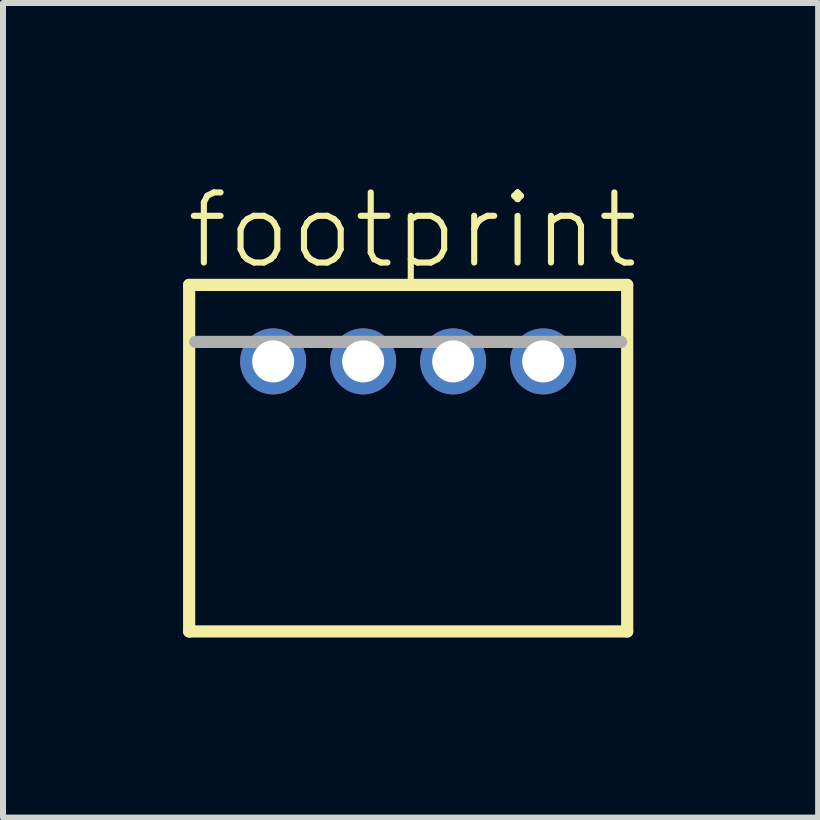
<source format=kicad_pcb>
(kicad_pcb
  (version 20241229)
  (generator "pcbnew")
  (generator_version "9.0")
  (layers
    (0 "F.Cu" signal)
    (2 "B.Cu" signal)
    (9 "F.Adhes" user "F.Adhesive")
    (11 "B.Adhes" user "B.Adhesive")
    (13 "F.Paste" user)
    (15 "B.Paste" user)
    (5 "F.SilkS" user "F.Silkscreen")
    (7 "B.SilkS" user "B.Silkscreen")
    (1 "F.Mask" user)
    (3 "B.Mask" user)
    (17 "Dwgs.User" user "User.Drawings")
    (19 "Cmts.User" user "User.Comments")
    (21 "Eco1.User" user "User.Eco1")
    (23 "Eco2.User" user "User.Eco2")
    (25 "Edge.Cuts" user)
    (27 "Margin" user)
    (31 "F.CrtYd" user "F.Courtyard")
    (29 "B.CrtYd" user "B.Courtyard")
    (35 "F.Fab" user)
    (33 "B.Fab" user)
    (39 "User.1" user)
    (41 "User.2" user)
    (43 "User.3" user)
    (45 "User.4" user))
  (footprint "footprint"
    (layer "F.Cu")
    (at 3.752 2.973)
    (property "Reference" "footprint" (at -3.75 -1.5 0) (layer "F.SilkS") (effects (font (size 1.168 1.168) (thickness 0.102)) (justify left bottom)))
    (fp_line (start -3.65 4.5) (end -3.65 -1.275) (stroke (width 0.203) (type solid)) (layer "F.SilkS"))
    (fp_line (start 3.65 -1.275) (end -3.65 -1.275) (stroke (width 0.203) (type solid)) (layer "F.SilkS"))
    (fp_line (start 3.65 -1.275) (end 3.65 4.5) (stroke (width 0.203) (type solid)) (layer "F.SilkS"))
    (fp_line (start 3.65 4.5) (end -3.65 4.5) (stroke (width 0.203) (type solid)) (layer "F.SilkS"))
    (fp_line (start -3.55 -0.325) (end 3.55 -0.325) (stroke (width 0.203) (type solid)) (layer "F.Fab"))
    (pad "1" thru_hole circle (at -2.25 0) (size 1.1 1.1) (drill 0.7) (layers "*.Cu" "*.Mask"))
    (pad "2" thru_hole circle (at -0.75 0) (size 1.1 1.1) (drill 0.7) (layers "*.Cu" "*.Mask"))
    (pad "3" thru_hole circle (at 0.75 0) (size 1.1 1.1) (drill 0.7) (layers "*.Cu" "*.Mask"))
    (pad "4" thru_hole circle (at 2.25 0) (size 1.1 1.1) (drill 0.7) (layers "*.Cu" "*.Mask")))
  (gr_rect
    (start -3 -3)
    (end 10.584 10.575)
    (stroke (width 0.1) (type default))
    (fill no)
    (layer "Edge.Cuts")))
</source>
